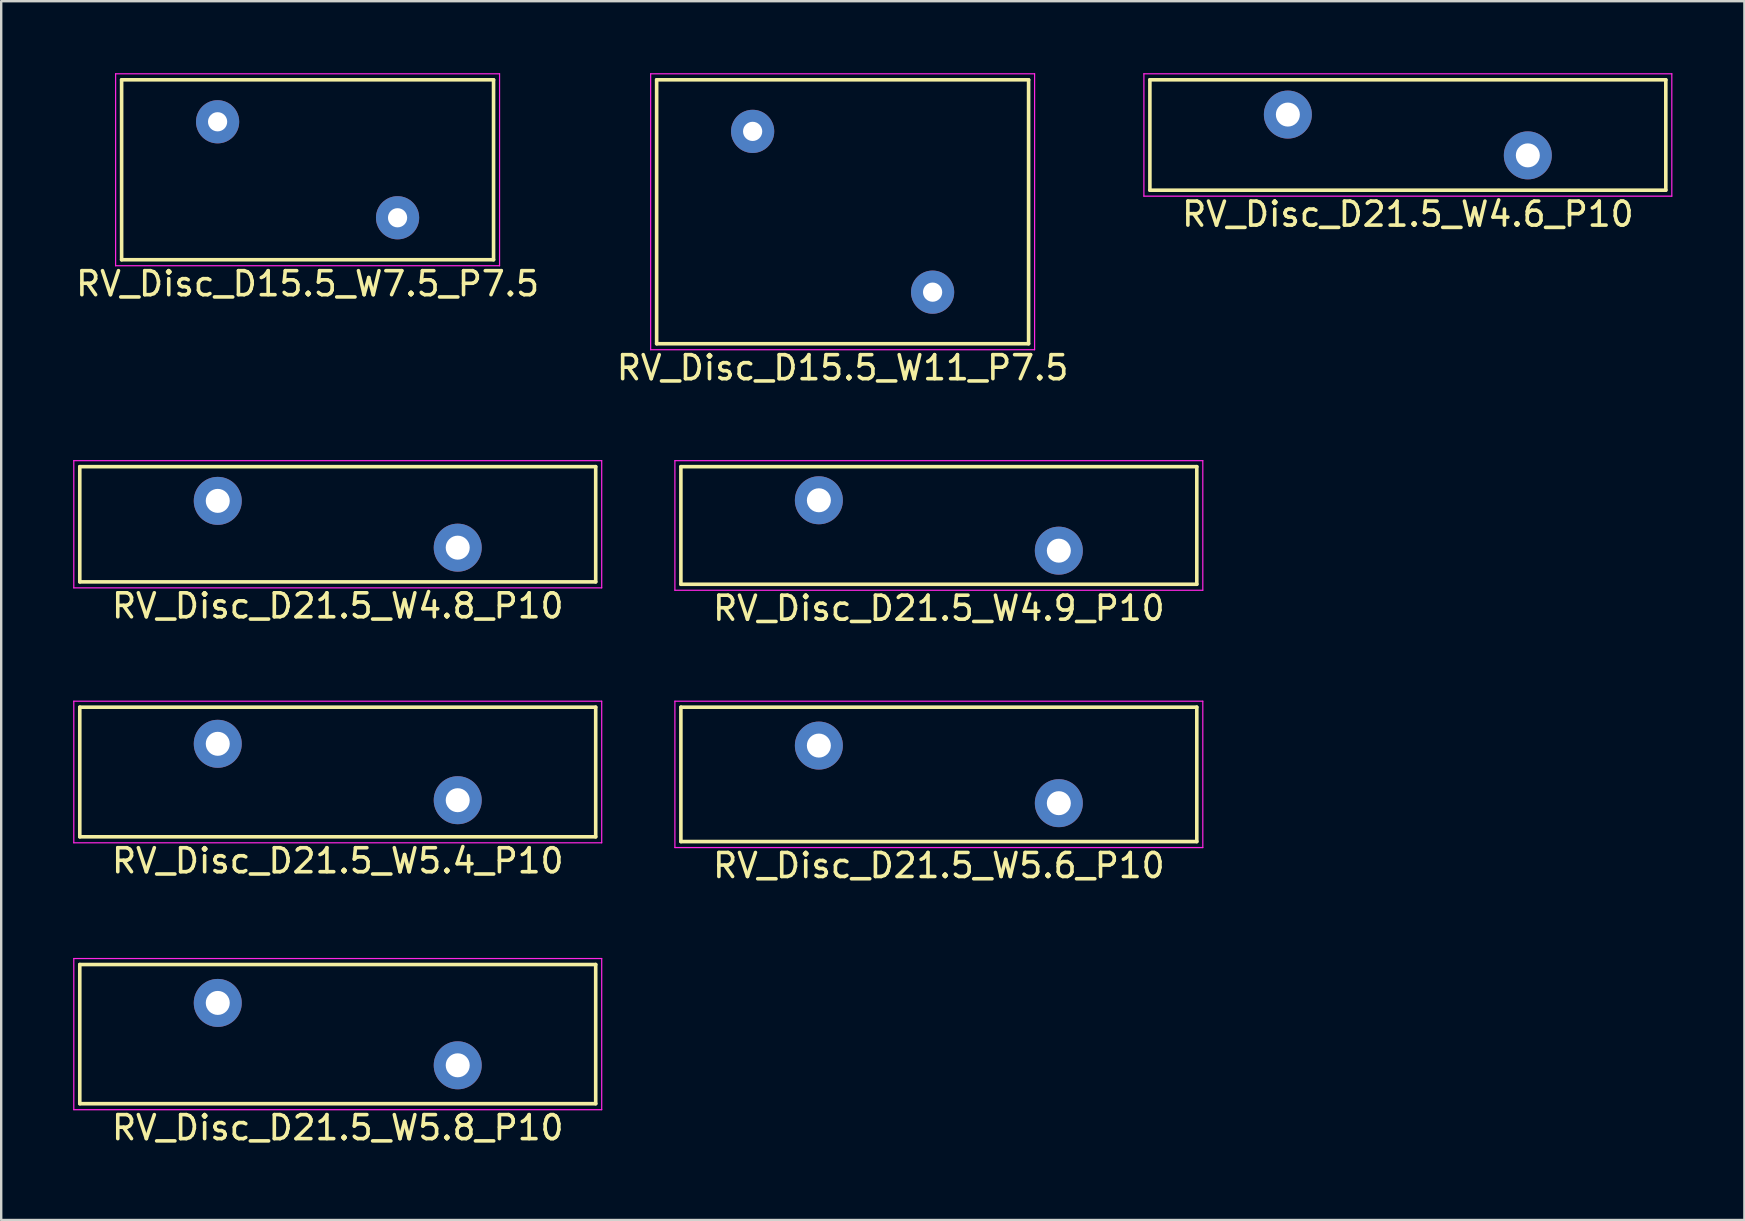
<source format=kicad_pcb>
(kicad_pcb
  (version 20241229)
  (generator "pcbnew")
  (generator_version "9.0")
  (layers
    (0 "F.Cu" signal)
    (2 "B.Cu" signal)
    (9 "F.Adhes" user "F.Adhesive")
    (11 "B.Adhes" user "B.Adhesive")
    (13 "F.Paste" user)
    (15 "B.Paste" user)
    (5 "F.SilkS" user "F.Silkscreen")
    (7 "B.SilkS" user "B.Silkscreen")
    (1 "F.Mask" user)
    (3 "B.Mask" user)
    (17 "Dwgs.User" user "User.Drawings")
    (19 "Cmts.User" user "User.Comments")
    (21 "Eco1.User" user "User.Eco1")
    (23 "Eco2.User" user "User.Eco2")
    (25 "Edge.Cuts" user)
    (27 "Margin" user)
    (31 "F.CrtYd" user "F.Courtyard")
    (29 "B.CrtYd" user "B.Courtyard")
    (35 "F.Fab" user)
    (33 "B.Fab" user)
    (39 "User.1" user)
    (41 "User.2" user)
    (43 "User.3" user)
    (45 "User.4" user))
  (footprint "RV_Disc_D15.5_W7.5_P7.5"
    (layer "F.Cu")
    (at 6.018 2.025)
    (property "Reference" "RV_Disc_D15.5_W7.5_P7.5" (at 3.75 6.75 0) (layer "F.SilkS") (effects (font (size 1 1) (thickness 0.15))))
    (attr through_hole)
    (fp_line (start -4 -1.75) (end -4 5.75) (stroke (width 0.15) (type solid)) (layer "F.SilkS"))
    (fp_line (start -4 -1.75) (end 11.5 -1.75) (stroke (width 0.15) (type solid)) (layer "F.SilkS"))
    (fp_line (start -4 5.75) (end 11.5 5.75) (stroke (width 0.15) (type solid)) (layer "F.SilkS"))
    (fp_line (start 11.5 -1.75) (end 11.5 5.75) (stroke (width 0.15) (type solid)) (layer "F.SilkS"))
    (fp_line (start -4.25 -2) (end -4.25 6) (stroke (width 0.05) (type solid)) (layer "F.CrtYd"))
    (fp_line (start -4.25 -2) (end 11.75 -2) (stroke (width 0.05) (type solid)) (layer "F.CrtYd"))
    (fp_line (start -4.25 6) (end 11.75 6) (stroke (width 0.05) (type solid)) (layer "F.CrtYd"))
    (fp_line (start 11.75 -2) (end 11.75 6) (stroke (width 0.05) (type solid)) (layer "F.CrtYd"))
    (pad "1" thru_hole circle (at 0 0) (size 1.8 1.8) (drill 0.8) (layers "*.Cu" "*.Mask"))
    (pad "2" thru_hole circle (at 7.5 4) (size 1.8 1.8) (drill 0.8) (layers "*.Cu" "*.Mask")))
  (footprint "RV_Disc_D15.5_W11_P7.5"
    (layer "F.Cu")
    (at 28.315 2.425)
    (property "Reference" "RV_Disc_D15.5_W11_P7.5" (at 3.75 9.85 0) (layer "F.SilkS") (effects (font (size 1 1) (thickness 0.15))))
    (attr through_hole)
    (fp_line (start -4 -2.15) (end -4 8.85) (stroke (width 0.15) (type solid)) (layer "F.SilkS"))
    (fp_line (start -4 -2.15) (end 11.5 -2.15) (stroke (width 0.15) (type solid)) (layer "F.SilkS"))
    (fp_line (start -4 8.85) (end 11.5 8.85) (stroke (width 0.15) (type solid)) (layer "F.SilkS"))
    (fp_line (start 11.5 -2.15) (end 11.5 8.85) (stroke (width 0.15) (type solid)) (layer "F.SilkS"))
    (fp_line (start -4.25 -2.4) (end -4.25 9.1) (stroke (width 0.05) (type solid)) (layer "F.CrtYd"))
    (fp_line (start -4.25 -2.4) (end 11.75 -2.4) (stroke (width 0.05) (type solid)) (layer "F.CrtYd"))
    (fp_line (start -4.25 9.1) (end 11.75 9.1) (stroke (width 0.05) (type solid)) (layer "F.CrtYd"))
    (fp_line (start 11.75 -2.4) (end 11.75 9.1) (stroke (width 0.05) (type solid)) (layer "F.CrtYd"))
    (pad "1" thru_hole circle (at 0 0) (size 1.8 1.8) (drill 0.8) (layers "*.Cu" "*.Mask"))
    (pad "2" thru_hole circle (at 7.5 6.7) (size 1.8 1.8) (drill 0.8) (layers "*.Cu" "*.Mask")))
  (footprint "RV_Disc_D21.5_W4.6_P10"
    (layer "F.Cu")
    (at 50.62 1.725)
    (property "Reference" "RV_Disc_D21.5_W4.6_P10" (at 5 4.15 0) (layer "F.SilkS") (effects (font (size 1 1) (thickness 0.15))))
    (attr through_hole)
    (fp_line (start -5.75 -1.45) (end -5.75 3.15) (stroke (width 0.15) (type solid)) (layer "F.SilkS"))
    (fp_line (start -5.75 -1.45) (end 15.75 -1.45) (stroke (width 0.15) (type solid)) (layer "F.SilkS"))
    (fp_line (start -5.75 3.15) (end 15.75 3.15) (stroke (width 0.15) (type solid)) (layer "F.SilkS"))
    (fp_line (start 15.75 -1.45) (end 15.75 3.15) (stroke (width 0.15) (type solid)) (layer "F.SilkS"))
    (fp_line (start -6 -1.7) (end -6 3.4) (stroke (width 0.05) (type solid)) (layer "F.CrtYd"))
    (fp_line (start -6 -1.7) (end 16 -1.7) (stroke (width 0.05) (type solid)) (layer "F.CrtYd"))
    (fp_line (start -6 3.4) (end 16 3.4) (stroke (width 0.05) (type solid)) (layer "F.CrtYd"))
    (fp_line (start 16 -1.7) (end 16 3.4) (stroke (width 0.05) (type solid)) (layer "F.CrtYd"))
    (pad "1" thru_hole circle (at 0 0) (size 2 2) (drill 1) (layers "*.Cu" "*.Mask"))
    (pad "2" thru_hole circle (at 10 1.7) (size 2 2) (drill 1) (layers "*.Cu" "*.Mask")))
  (footprint "RV_Disc_D21.5_W4.9_P10"
    (layer "F.Cu")
    (at 31.075 17.798)
    (property "Reference" "RV_Disc_D21.5_W4.9_P10" (at 5 4.5 0) (layer "F.SilkS") (effects (font (size 1 1) (thickness 0.15))))
    (attr through_hole)
    (fp_line (start -5.75 -1.4) (end -5.75 3.5) (stroke (width 0.15) (type solid)) (layer "F.SilkS"))
    (fp_line (start -5.75 -1.4) (end 15.75 -1.4) (stroke (width 0.15) (type solid)) (layer "F.SilkS"))
    (fp_line (start -5.75 3.5) (end 15.75 3.5) (stroke (width 0.15) (type solid)) (layer "F.SilkS"))
    (fp_line (start 15.75 -1.4) (end 15.75 3.5) (stroke (width 0.15) (type solid)) (layer "F.SilkS"))
    (fp_line (start -6 -1.65) (end -6 3.75) (stroke (width 0.05) (type solid)) (layer "F.CrtYd"))
    (fp_line (start -6 -1.65) (end 16 -1.65) (stroke (width 0.05) (type solid)) (layer "F.CrtYd"))
    (fp_line (start -6 3.75) (end 16 3.75) (stroke (width 0.05) (type solid)) (layer "F.CrtYd"))
    (fp_line (start 16 -1.65) (end 16 3.75) (stroke (width 0.05) (type solid)) (layer "F.CrtYd"))
    (pad "1" thru_hole circle (at 0 0) (size 2 2) (drill 1) (layers "*.Cu" "*.Mask"))
    (pad "2" thru_hole circle (at 10 2.1) (size 2 2) (drill 1) (layers "*.Cu" "*.Mask")))
  (footprint "RV_Disc_D21.5_W4.8_P10"
    (layer "F.Cu")
    (at 6.025 17.823)
    (property "Reference" "RV_Disc_D21.5_W4.8_P10" (at 5 4.375 0) (layer "F.SilkS") (effects (font (size 1 1) (thickness 0.15))))
    (attr through_hole)
    (fp_line (start -5.75 -1.425) (end -5.75 3.375) (stroke (width 0.15) (type solid)) (layer "F.SilkS"))
    (fp_line (start -5.75 -1.425) (end 15.75 -1.425) (stroke (width 0.15) (type solid)) (layer "F.SilkS"))
    (fp_line (start -5.75 3.375) (end 15.75 3.375) (stroke (width 0.15) (type solid)) (layer "F.SilkS"))
    (fp_line (start 15.75 -1.425) (end 15.75 3.375) (stroke (width 0.15) (type solid)) (layer "F.SilkS"))
    (fp_line (start -6 -1.675) (end -6 3.625) (stroke (width 0.05) (type solid)) (layer "F.CrtYd"))
    (fp_line (start -6 -1.675) (end 16 -1.675) (stroke (width 0.05) (type solid)) (layer "F.CrtYd"))
    (fp_line (start -6 3.625) (end 16 3.625) (stroke (width 0.05) (type solid)) (layer "F.CrtYd"))
    (fp_line (start 16 -1.675) (end 16 3.625) (stroke (width 0.05) (type solid)) (layer "F.CrtYd"))
    (pad "1" thru_hole circle (at 0 0) (size 2 2) (drill 1) (layers "*.Cu" "*.Mask"))
    (pad "2" thru_hole circle (at 10 1.95) (size 2 2) (drill 1) (layers "*.Cu" "*.Mask")))
  (footprint "RV_Disc_D21.5_W5.4_P10"
    (layer "F.Cu")
    (at 6.025 27.947)
    (property "Reference" "RV_Disc_D21.5_W5.4_P10" (at 5 4.875 0) (layer "F.SilkS") (effects (font (size 1 1) (thickness 0.15))))
    (attr through_hole)
    (fp_line (start -5.75 -1.525) (end -5.75 3.875) (stroke (width 0.15) (type solid)) (layer "F.SilkS"))
    (fp_line (start -5.75 -1.525) (end 15.75 -1.525) (stroke (width 0.15) (type solid)) (layer "F.SilkS"))
    (fp_line (start -5.75 3.875) (end 15.75 3.875) (stroke (width 0.15) (type solid)) (layer "F.SilkS"))
    (fp_line (start 15.75 -1.525) (end 15.75 3.875) (stroke (width 0.15) (type solid)) (layer "F.SilkS"))
    (fp_line (start -6 -1.775) (end -6 4.125) (stroke (width 0.05) (type solid)) (layer "F.CrtYd"))
    (fp_line (start -6 -1.775) (end 16 -1.775) (stroke (width 0.05) (type solid)) (layer "F.CrtYd"))
    (fp_line (start -6 4.125) (end 16 4.125) (stroke (width 0.05) (type solid)) (layer "F.CrtYd"))
    (fp_line (start 16 -1.775) (end 16 4.125) (stroke (width 0.05) (type solid)) (layer "F.CrtYd"))
    (pad "1" thru_hole circle (at 0 0) (size 2 2) (drill 1) (layers "*.Cu" "*.Mask"))
    (pad "2" thru_hole circle (at 10 2.35) (size 2 2) (drill 1) (layers "*.Cu" "*.Mask")))
  (footprint "RV_Disc_D21.5_W5.6_P10"
    (layer "F.Cu")
    (at 31.075 28.021)
    (property "Reference" "RV_Disc_D21.5_W5.6_P10" (at 5 5 0) (layer "F.SilkS") (effects (font (size 1 1) (thickness 0.15))))
    (attr through_hole)
    (fp_line (start -5.75 -1.6) (end -5.75 4) (stroke (width 0.15) (type solid)) (layer "F.SilkS"))
    (fp_line (start -5.75 -1.6) (end 15.75 -1.6) (stroke (width 0.15) (type solid)) (layer "F.SilkS"))
    (fp_line (start -5.75 4) (end 15.75 4) (stroke (width 0.15) (type solid)) (layer "F.SilkS"))
    (fp_line (start 15.75 -1.6) (end 15.75 4) (stroke (width 0.15) (type solid)) (layer "F.SilkS"))
    (fp_line (start -6 -1.85) (end -6 4.25) (stroke (width 0.05) (type solid)) (layer "F.CrtYd"))
    (fp_line (start -6 -1.85) (end 16 -1.85) (stroke (width 0.05) (type solid)) (layer "F.CrtYd"))
    (fp_line (start -6 4.25) (end 16 4.25) (stroke (width 0.05) (type solid)) (layer "F.CrtYd"))
    (fp_line (start 16 -1.85) (end 16 4.25) (stroke (width 0.05) (type solid)) (layer "F.CrtYd"))
    (pad "1" thru_hole circle (at 0 0) (size 2 2) (drill 1) (layers "*.Cu" "*.Mask"))
    (pad "2" thru_hole circle (at 10 2.4) (size 2 2) (drill 1) (layers "*.Cu" "*.Mask")))
  (footprint "RV_Disc_D21.5_W5.8_P10"
    (layer "F.Cu")
    (at 6.025 38.745)
    (property "Reference" "RV_Disc_D21.5_W5.8_P10" (at 5 5.2 0) (layer "F.SilkS") (effects (font (size 1 1) (thickness 0.15))))
    (attr through_hole)
    (fp_line (start -5.75 -1.6) (end -5.75 4.2) (stroke (width 0.15) (type solid)) (layer "F.SilkS"))
    (fp_line (start -5.75 -1.6) (end 15.75 -1.6) (stroke (width 0.15) (type solid)) (layer "F.SilkS"))
    (fp_line (start -5.75 4.2) (end 15.75 4.2) (stroke (width 0.15) (type solid)) (layer "F.SilkS"))
    (fp_line (start 15.75 -1.6) (end 15.75 4.2) (stroke (width 0.15) (type solid)) (layer "F.SilkS"))
    (fp_line (start -6 -1.85) (end -6 4.45) (stroke (width 0.05) (type solid)) (layer "F.CrtYd"))
    (fp_line (start -6 -1.85) (end 16 -1.85) (stroke (width 0.05) (type solid)) (layer "F.CrtYd"))
    (fp_line (start -6 4.45) (end 16 4.45) (stroke (width 0.05) (type solid)) (layer "F.CrtYd"))
    (fp_line (start 16 -1.85) (end 16 4.45) (stroke (width 0.05) (type solid)) (layer "F.CrtYd"))
    (pad "1" thru_hole circle (at 0 0) (size 2 2) (drill 1) (layers "*.Cu" "*.Mask"))
    (pad "2" thru_hole circle (at 10 2.6) (size 2 2) (drill 1) (layers "*.Cu" "*.Mask")))
  (gr_rect
    (start -3 -3)
    (end 69.645 47.793)
    (stroke (width 0.1) (type default))
    (fill no)
    (layer "Edge.Cuts")))
</source>
